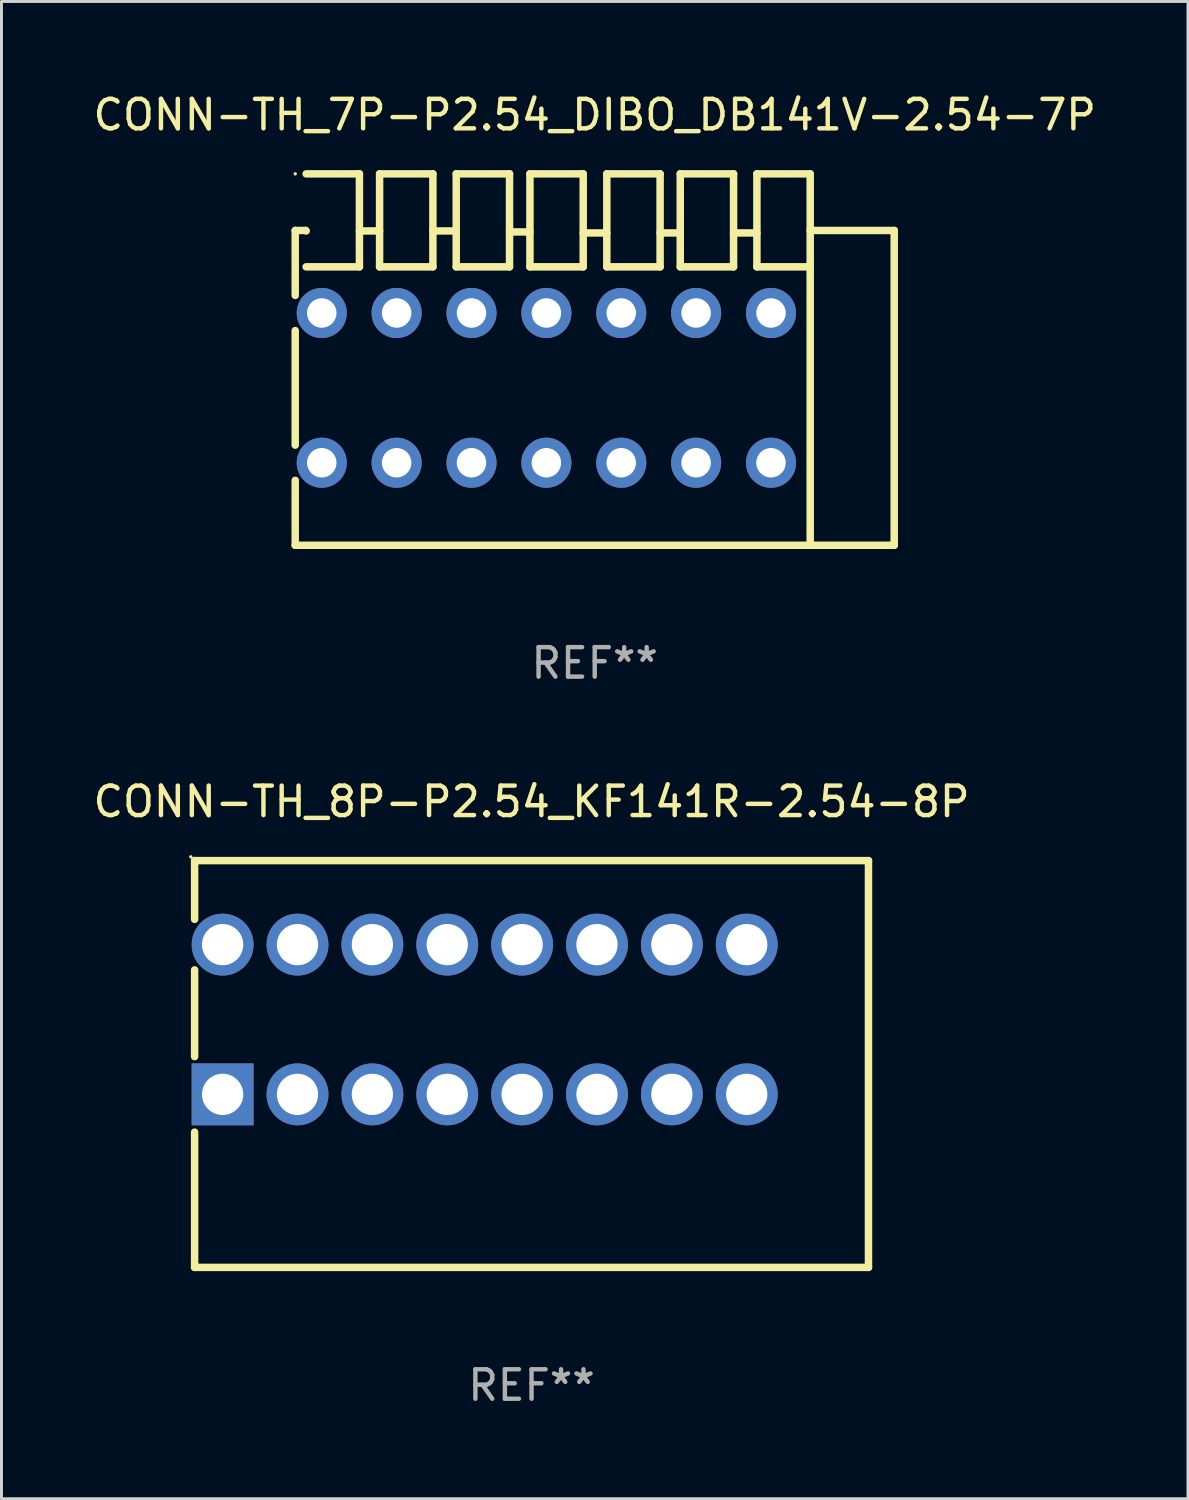
<source format=kicad_pcb>
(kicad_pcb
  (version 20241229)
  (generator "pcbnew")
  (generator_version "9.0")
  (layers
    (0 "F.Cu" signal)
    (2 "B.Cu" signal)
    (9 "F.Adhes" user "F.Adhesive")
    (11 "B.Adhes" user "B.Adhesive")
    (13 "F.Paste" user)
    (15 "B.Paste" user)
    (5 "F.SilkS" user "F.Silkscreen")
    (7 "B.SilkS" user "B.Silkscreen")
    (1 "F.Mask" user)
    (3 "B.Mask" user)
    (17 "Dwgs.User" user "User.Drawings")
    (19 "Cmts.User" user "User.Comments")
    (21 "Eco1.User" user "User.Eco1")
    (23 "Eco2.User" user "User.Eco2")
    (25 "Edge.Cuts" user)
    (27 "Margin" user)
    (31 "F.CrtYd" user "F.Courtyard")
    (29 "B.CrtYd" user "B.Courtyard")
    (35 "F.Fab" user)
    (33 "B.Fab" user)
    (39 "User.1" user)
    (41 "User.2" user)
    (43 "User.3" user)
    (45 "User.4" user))
  (footprint "CONN-TH_8P-P2.54_KF141R-2.54-8P"
    (layer "F.Cu")
    (at 14.982 33.045)
    (property "Reference" "CONN-TH_8P-P2.54_KF141R-2.54-8P" (at 0 -8.9 0) (layer "F.SilkS") (effects (font (size 1 1) (thickness 0.15))))
    (attr through_hole)
    (fp_line (start -11.43 -6.9) (end -11.43 -4.908) (stroke (width 0.254) (type solid)) (layer "F.SilkS"))
    (fp_line (start -11.43 -6.9) (end 11.43 -6.9) (stroke (width 0.254) (type solid)) (layer "F.SilkS"))
    (fp_line (start -11.43 -3.192) (end -11.43 -0.251) (stroke (width 0.254) (type solid)) (layer "F.SilkS"))
    (fp_line (start -11.43 2.311) (end -11.43 6.9) (stroke (width 0.254) (type solid)) (layer "F.SilkS"))
    (fp_line (start -11.43 6.9) (end 11.43 6.9) (stroke (width 0.254) (type solid)) (layer "F.SilkS"))
    (fp_line (start 11.43 -6.9) (end 11.43 6.9) (stroke (width 0.254) (type solid)) (layer "F.SilkS"))
    (fp_circle (center -11.557 -7.027) (end -11.527 -7.027) (stroke (width 0.06) (type solid)) (fill no) (layer "F.SilkS"))
    (fp_text user "REF**" (at 0 10.9 0) (layer "F.Fab") (effects (font (size 1 1) (thickness 0.15))))
    (pad "1" thru_hole circle (at -10.48 -4.05) (size 2.1 2.1) (drill 1.4) (layers "*.Cu" "*.Mask"))
    (pad "1" thru_hole rect (at -10.48 1.03 180) (size 2.1 2.1) (drill 1.4) (layers "*.Cu" "*.Mask"))
    (pad "2" thru_hole circle (at -7.94 -4.05) (size 2.1 2.1) (drill 1.4) (layers "*.Cu" "*.Mask"))
    (pad "2" thru_hole circle (at -7.94 1.03) (size 2.1 2.1) (drill 1.4) (layers "*.Cu" "*.Mask"))
    (pad "3" thru_hole circle (at -5.4 -4.05) (size 2.1 2.1) (drill 1.4) (layers "*.Cu" "*.Mask"))
    (pad "3" thru_hole circle (at -5.4 1.03) (size 2.1 2.1) (drill 1.4) (layers "*.Cu" "*.Mask"))
    (pad "4" thru_hole circle (at -2.86 -4.05) (size 2.1 2.1) (drill 1.4) (layers "*.Cu" "*.Mask"))
    (pad "4" thru_hole circle (at -2.86 1.03) (size 2.1 2.1) (drill 1.4) (layers "*.Cu" "*.Mask"))
    (pad "5" thru_hole circle (at -0.32 -4.05) (size 2.1 2.1) (drill 1.4) (layers "*.Cu" "*.Mask"))
    (pad "5" thru_hole circle (at -0.32 1.03) (size 2.1 2.1) (drill 1.4) (layers "*.Cu" "*.Mask"))
    (pad "6" thru_hole circle (at 2.22 -4.05) (size 2.1 2.1) (drill 1.4) (layers "*.Cu" "*.Mask"))
    (pad "6" thru_hole circle (at 2.22 1.03) (size 2.1 2.1) (drill 1.4) (layers "*.Cu" "*.Mask"))
    (pad "7" thru_hole circle (at 4.76 -4.05) (size 2.1 2.1) (drill 1.4) (layers "*.Cu" "*.Mask"))
    (pad "7" thru_hole circle (at 4.76 1.03) (size 2.1 2.1) (drill 1.4) (layers "*.Cu" "*.Mask"))
    (pad "8" thru_hole circle (at 7.3 -4.05) (size 2.1 2.1) (drill 1.4) (layers "*.Cu" "*.Mask"))
    (pad "8" thru_hole circle (at 7.3 1.03) (size 2.1 2.1) (drill 1.4) (layers "*.Cu" "*.Mask")))
  (footprint "CONN-TH_7P-P2.54_DIBO_DB141V-2.54-7P"
    (layer "F.Cu")
    (at 17.125 9.148)
    (property "Reference" "CONN-TH_7P-P2.54_DIBO_DB141V-2.54-7P" (at 0 -8.3 0) (layer "F.SilkS") (effects (font (size 1 1) (thickness 0.15))))
    (attr through_hole)
    (fp_line (start -10.16 -4.38) (end -9.806 -4.38) (stroke (width 0.254) (type solid)) (layer "F.SilkS"))
    (fp_line (start -10.16 -2.177) (end -10.16 -4.38) (stroke (width 0.254) (type solid)) (layer "F.SilkS"))
    (fp_line (start -10.16 2.903) (end -10.16 -0.983) (stroke (width 0.254) (type solid)) (layer "F.SilkS"))
    (fp_line (start -10.16 6.3) (end -10.16 4.097) (stroke (width 0.254) (type solid)) (layer "F.SilkS"))
    (fp_line (start -10.16 6.3) (end 10.16 6.3) (stroke (width 0.254) (type solid)) (layer "F.SilkS"))
    (fp_line (start -9.806 -4.38) (end -9.79 -4.364) (stroke (width 0.254) (type solid)) (layer "F.SilkS"))
    (fp_line (start -7.982 -6.3) (end -9.79 -6.3) (stroke (width 0.254) (type solid)) (layer "F.SilkS"))
    (fp_line (start -7.982 -6.3) (end -7.982 -3.146) (stroke (width 0.254) (type solid)) (layer "F.SilkS"))
    (fp_line (start -7.982 -4.364) (end -7.298 -4.364) (stroke (width 0.254) (type solid)) (layer "F.SilkS"))
    (fp_line (start -7.982 -3.146) (end -9.79 -3.146) (stroke (width 0.254) (type solid)) (layer "F.SilkS"))
    (fp_line (start -7.298 -6.3) (end -7.298 -3.146) (stroke (width 0.254) (type solid)) (layer "F.SilkS"))
    (fp_line (start -5.49 -6.3) (end -7.298 -6.3) (stroke (width 0.254) (type solid)) (layer "F.SilkS"))
    (fp_line (start -5.49 -6.3) (end -5.49 -3.146) (stroke (width 0.254) (type solid)) (layer "F.SilkS"))
    (fp_line (start -5.49 -4.364) (end -4.698 -4.364) (stroke (width 0.254) (type solid)) (layer "F.SilkS"))
    (fp_line (start -5.49 -3.146) (end -7.298 -3.146) (stroke (width 0.254) (type solid)) (layer "F.SilkS"))
    (fp_line (start -4.698 -6.3) (end -4.698 -3.146) (stroke (width 0.254) (type solid)) (layer "F.SilkS"))
    (fp_line (start -2.89 -6.3) (end -4.698 -6.3) (stroke (width 0.254) (type solid)) (layer "F.SilkS"))
    (fp_line (start -2.89 -6.3) (end -2.89 -3.146) (stroke (width 0.254) (type solid)) (layer "F.SilkS"))
    (fp_line (start -2.89 -4.33) (end -2.198 -4.33) (stroke (width 0.254) (type solid)) (layer "F.SilkS"))
    (fp_line (start -2.89 -3.146) (end -4.698 -3.146) (stroke (width 0.254) (type solid)) (layer "F.SilkS"))
    (fp_line (start -2.198 -6.3) (end -2.198 -3.146) (stroke (width 0.254) (type solid)) (layer "F.SilkS"))
    (fp_line (start -0.39 -6.3) (end -2.198 -6.3) (stroke (width 0.254) (type solid)) (layer "F.SilkS"))
    (fp_line (start -0.39 -6.3) (end -0.39 -3.146) (stroke (width 0.254) (type solid)) (layer "F.SilkS"))
    (fp_line (start -0.39 -4.296) (end 0.41 -4.296) (stroke (width 0.254) (type solid)) (layer "F.SilkS"))
    (fp_line (start -0.39 -3.146) (end -2.198 -3.146) (stroke (width 0.254) (type solid)) (layer "F.SilkS"))
    (fp_line (start 0.41 -6.3) (end 0.41 -3.146) (stroke (width 0.254) (type solid)) (layer "F.SilkS"))
    (fp_line (start 2.218 -6.3) (end 0.41 -6.3) (stroke (width 0.254) (type solid)) (layer "F.SilkS"))
    (fp_line (start 2.218 -6.3) (end 2.218 -3.146) (stroke (width 0.254) (type solid)) (layer "F.SilkS"))
    (fp_line (start 2.218 -4.296) (end 2.902 -4.296) (stroke (width 0.254) (type solid)) (layer "F.SilkS"))
    (fp_line (start 2.218 -3.146) (end 0.41 -3.146) (stroke (width 0.254) (type solid)) (layer "F.SilkS"))
    (fp_line (start 2.902 -6.3) (end 2.902 -3.146) (stroke (width 0.254) (type solid)) (layer "F.SilkS"))
    (fp_line (start 4.71 -6.3) (end 2.902 -6.3) (stroke (width 0.254) (type solid)) (layer "F.SilkS"))
    (fp_line (start 4.71 -6.3) (end 4.71 -3.146) (stroke (width 0.254) (type solid)) (layer "F.SilkS"))
    (fp_line (start 4.71 -4.296) (end 5.502 -4.296) (stroke (width 0.254) (type solid)) (layer "F.SilkS"))
    (fp_line (start 4.71 -3.146) (end 2.902 -3.146) (stroke (width 0.254) (type solid)) (layer "F.SilkS"))
    (fp_line (start 5.502 -6.3) (end 5.502 -3.146) (stroke (width 0.254) (type solid)) (layer "F.SilkS"))
    (fp_line (start 7.31 -6.3) (end 5.502 -6.3) (stroke (width 0.254) (type solid)) (layer "F.SilkS"))
    (fp_line (start 7.31 -6.3) (end 7.31 -3.146) (stroke (width 0.254) (type solid)) (layer "F.SilkS"))
    (fp_line (start 7.31 -3.146) (end 5.502 -3.146) (stroke (width 0.254) (type solid)) (layer "F.SilkS"))
    (fp_line (start 7.31 -3.146) (end 7.31 6.167) (stroke (width 0.254) (type solid)) (layer "F.SilkS"))
    (fp_line (start 10.16 -4.38) (end 7.31 -4.38) (stroke (width 0.254) (type solid)) (layer "F.SilkS"))
    (fp_line (start 10.16 -4.38) (end 10.16 6.3) (stroke (width 0.254) (type solid)) (layer "F.SilkS"))
    (fp_circle (center -10.16 -6.3) (end -10.13 -6.3) (stroke (width 0.06) (type solid)) (fill no) (layer "F.SilkS"))
    (fp_text user "REF**" (at 0 10.3 0) (layer "F.Fab") (effects (font (size 1 1) (thickness 0.15))))
    (pad "1" thru_hole circle (at -9.26 -1.58) (size 1.7 1.7) (drill 1) (layers "*.Cu" "*.Mask"))
    (pad "1" thru_hole circle (at -9.26 3.5) (size 1.7 1.7) (drill 1) (layers "*.Cu" "*.Mask"))
    (pad "2" thru_hole circle (at -6.72 -1.58) (size 1.7 1.7) (drill 1) (layers "*.Cu" "*.Mask"))
    (pad "2" thru_hole circle (at -6.72 3.5) (size 1.7 1.7) (drill 1) (layers "*.Cu" "*.Mask"))
    (pad "3" thru_hole circle (at -4.18 -1.58) (size 1.7 1.7) (drill 1) (layers "*.Cu" "*.Mask"))
    (pad "3" thru_hole circle (at -4.18 3.5) (size 1.7 1.7) (drill 1) (layers "*.Cu" "*.Mask"))
    (pad "4" thru_hole circle (at -1.64 -1.58) (size 1.7 1.7) (drill 1) (layers "*.Cu" "*.Mask"))
    (pad "4" thru_hole circle (at -1.64 3.5) (size 1.7 1.7) (drill 1) (layers "*.Cu" "*.Mask"))
    (pad "5" thru_hole circle (at 0.9 -1.58) (size 1.7 1.7) (drill 1) (layers "*.Cu" "*.Mask"))
    (pad "5" thru_hole circle (at 0.9 3.5) (size 1.7 1.7) (drill 1) (layers "*.Cu" "*.Mask"))
    (pad "6" thru_hole circle (at 3.44 -1.58) (size 1.7 1.7) (drill 1) (layers "*.Cu" "*.Mask"))
    (pad "6" thru_hole circle (at 3.44 3.5) (size 1.7 1.7) (drill 1) (layers "*.Cu" "*.Mask"))
    (pad "7" thru_hole circle (at 5.98 -1.58) (size 1.7 1.7) (drill 1) (layers "*.Cu" "*.Mask"))
    (pad "7" thru_hole circle (at 5.98 3.5) (size 1.7 1.7) (drill 1) (layers "*.Cu" "*.Mask")))
  (gr_rect
    (start -3 -3)
    (end 37.25 47.793)
    (stroke (width 0.1) (type default))
    (fill no)
    (layer "Edge.Cuts")))
</source>
